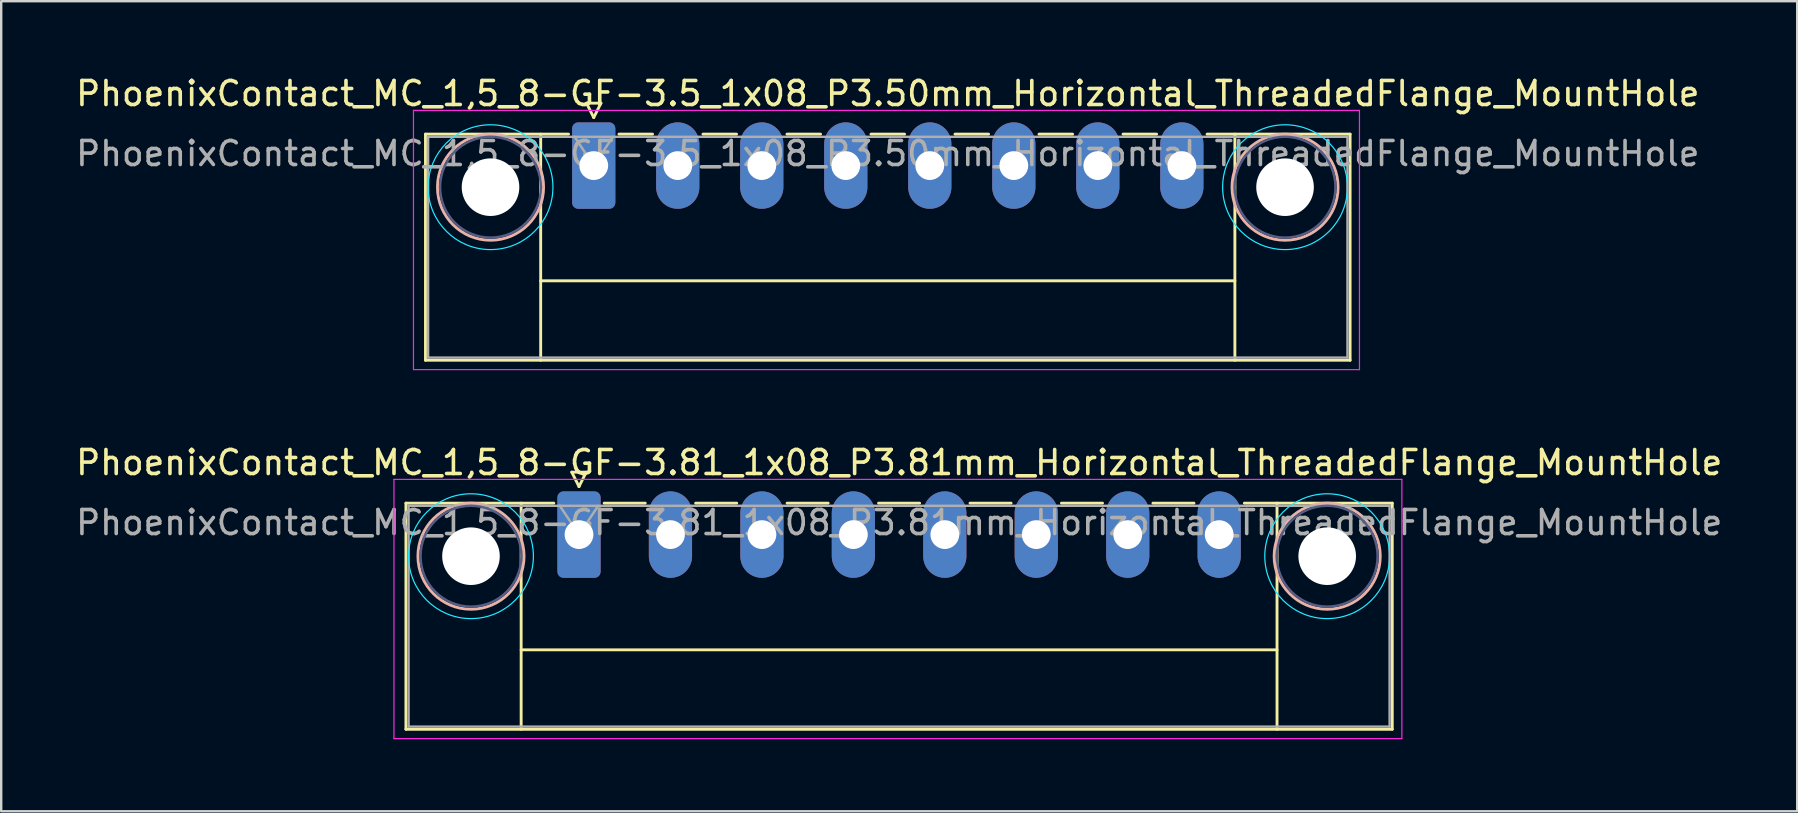
<source format=kicad_pcb>
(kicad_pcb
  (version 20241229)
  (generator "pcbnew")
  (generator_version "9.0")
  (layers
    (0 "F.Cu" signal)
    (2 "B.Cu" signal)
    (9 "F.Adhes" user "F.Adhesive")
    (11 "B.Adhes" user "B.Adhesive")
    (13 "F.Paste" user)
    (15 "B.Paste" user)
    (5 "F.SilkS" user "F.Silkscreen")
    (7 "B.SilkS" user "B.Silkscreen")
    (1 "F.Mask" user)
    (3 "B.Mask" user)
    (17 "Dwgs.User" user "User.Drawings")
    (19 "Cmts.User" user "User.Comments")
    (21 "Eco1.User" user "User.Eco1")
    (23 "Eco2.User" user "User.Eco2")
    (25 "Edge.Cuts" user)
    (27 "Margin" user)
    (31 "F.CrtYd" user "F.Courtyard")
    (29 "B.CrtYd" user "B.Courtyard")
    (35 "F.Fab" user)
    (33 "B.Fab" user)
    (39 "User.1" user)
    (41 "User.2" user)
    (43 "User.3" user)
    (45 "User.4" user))
  (footprint "PhoenixContact_MC_1,5_8-GF-3.81_1x08_P3.81mm_Horizontal_ThreadedFlange_MountHole"
    (layer "F.Cu")
    (at 21.071 19.221)
    (property "Reference" "PhoenixContact_MC_1,5_8-GF-3.81_1x08_P3.81mm_Horizontal_ThreadedFlange_MountHole" (at 13.34 -3 0) (layer "F.SilkS") (effects (font (size 1 1) (thickness 0.15))))
    (attr through_hole)
    (fp_line (start -7.21 -1.31) (end -7.21 8.11) (stroke (width 0.12) (type solid)) (layer "F.SilkS"))
    (fp_line (start -7.21 -1.31) (end -1.05 -1.31) (stroke (width 0.12) (type solid)) (layer "F.SilkS"))
    (fp_line (start -7.21 8.11) (end 33.88 8.11) (stroke (width 0.12) (type solid)) (layer "F.SilkS"))
    (fp_line (start -2.41 -1.31) (end -2.41 8.11) (stroke (width 0.12) (type solid)) (layer "F.SilkS"))
    (fp_line (start -2.41 4.8) (end 29.08 4.8) (stroke (width 0.12) (type solid)) (layer "F.SilkS"))
    (fp_line (start -0.3 -2.6) (end 0.3 -2.6) (stroke (width 0.12) (type solid)) (layer "F.SilkS"))
    (fp_line (start 0 -2) (end -0.3 -2.6) (stroke (width 0.12) (type solid)) (layer "F.SilkS"))
    (fp_line (start 0.3 -2.6) (end 0 -2) (stroke (width 0.12) (type solid)) (layer "F.SilkS"))
    (fp_line (start 1.05 -1.31) (end 2.76 -1.31) (stroke (width 0.12) (type solid)) (layer "F.SilkS"))
    (fp_line (start 4.86 -1.31) (end 6.57 -1.31) (stroke (width 0.12) (type solid)) (layer "F.SilkS"))
    (fp_line (start 8.67 -1.31) (end 10.38 -1.31) (stroke (width 0.12) (type solid)) (layer "F.SilkS"))
    (fp_line (start 12.48 -1.31) (end 14.19 -1.31) (stroke (width 0.12) (type solid)) (layer "F.SilkS"))
    (fp_line (start 16.29 -1.31) (end 18 -1.31) (stroke (width 0.12) (type solid)) (layer "F.SilkS"))
    (fp_line (start 20.1 -1.31) (end 21.81 -1.31) (stroke (width 0.12) (type solid)) (layer "F.SilkS"))
    (fp_line (start 23.91 -1.31) (end 25.62 -1.31) (stroke (width 0.12) (type solid)) (layer "F.SilkS"))
    (fp_line (start 29.08 -1.31) (end 29.08 8.11) (stroke (width 0.12) (type solid)) (layer "F.SilkS"))
    (fp_line (start 33.88 -1.31) (end 27.72 -1.31) (stroke (width 0.12) (type solid)) (layer "F.SilkS"))
    (fp_line (start 33.88 8.11) (end 33.88 -1.31) (stroke (width 0.12) (type solid)) (layer "F.SilkS"))
    (fp_circle (center -4.5 0.9) (end -2.29 0.9) (stroke (width 0.12) (type solid)) (fill no) (layer "B.SilkS"))
    (fp_circle (center 31.17 0.9) (end 33.38 0.9) (stroke (width 0.12) (type solid)) (fill no) (layer "B.SilkS"))
    (fp_circle (center -4.5 0.9) (end -1.9 0.9) (stroke (width 0.05) (type solid)) (fill no) (layer "B.CrtYd"))
    (fp_circle (center 31.17 0.9) (end 33.77 0.9) (stroke (width 0.05) (type solid)) (fill no) (layer "B.CrtYd"))
    (fp_line (start -7.71 -2.3) (end -7.71 8.5) (stroke (width 0.05) (type solid)) (layer "F.CrtYd"))
    (fp_line (start -7.71 8.5) (end 34.28 8.5) (stroke (width 0.05) (type solid)) (layer "F.CrtYd"))
    (fp_line (start 34.28 -2.3) (end -7.71 -2.3) (stroke (width 0.05) (type solid)) (layer "F.CrtYd"))
    (fp_line (start 34.28 8.5) (end 34.28 -2.3) (stroke (width 0.05) (type solid)) (layer "F.CrtYd"))
    (fp_circle (center -4.5 0.9) (end -2.4 0.9) (stroke (width 0.1) (type solid)) (fill no) (layer "B.Fab"))
    (fp_circle (center 31.17 0.9) (end 33.27 0.9) (stroke (width 0.1) (type solid)) (fill no) (layer "B.Fab"))
    (fp_line (start -7.1 -1.2) (end -7.1 8) (stroke (width 0.1) (type solid)) (layer "F.Fab"))
    (fp_line (start -7.1 8) (end 33.77 8) (stroke (width 0.1) (type solid)) (layer "F.Fab"))
    (fp_line (start 0 0) (end -0.8 -1.2) (stroke (width 0.1) (type solid)) (layer "F.Fab"))
    (fp_line (start 0.8 -1.2) (end 0 0) (stroke (width 0.1) (type solid)) (layer "F.Fab"))
    (fp_line (start 33.77 -1.2) (end -7.1 -1.2) (stroke (width 0.1) (type solid)) (layer "F.Fab"))
    (fp_line (start 33.77 8) (end 33.77 -1.2) (stroke (width 0.1) (type solid)) (layer "F.Fab"))
    (fp_text user "${REFERENCE}" (at 13.34 -0.5 0) (layer "F.Fab") (effects (font (size 1 1) (thickness 0.15))))
    (pad "" np_thru_hole circle (at -4.5 0.9) (size 2.4 2.4) (drill 2.4) (layers "*.Cu" "*.Mask"))
    (pad "" np_thru_hole circle (at 31.17 0.9) (size 2.4 2.4) (drill 2.4) (layers "*.Cu" "*.Mask"))
    (pad "1" thru_hole roundrect (at 0 0) (size 1.8 3.6) (drill 1.2) (layers "*.Cu" "*.Mask") (roundrect_rratio 0.139))
    (pad "2" thru_hole oval (at 3.81 0) (size 1.8 3.6) (drill 1.2) (layers "*.Cu" "*.Mask"))
    (pad "3" thru_hole oval (at 7.62 0) (size 1.8 3.6) (drill 1.2) (layers "*.Cu" "*.Mask"))
    (pad "4" thru_hole oval (at 11.43 0) (size 1.8 3.6) (drill 1.2) (layers "*.Cu" "*.Mask"))
    (pad "5" thru_hole oval (at 15.24 0) (size 1.8 3.6) (drill 1.2) (layers "*.Cu" "*.Mask"))
    (pad "6" thru_hole oval (at 19.05 0) (size 1.8 3.6) (drill 1.2) (layers "*.Cu" "*.Mask"))
    (pad "7" thru_hole oval (at 22.86 0) (size 1.8 3.6) (drill 1.2) (layers "*.Cu" "*.Mask"))
    (pad "8" thru_hole oval (at 26.67 0) (size 1.8 3.6) (drill 1.2) (layers "*.Cu" "*.Mask")))
  (footprint "PhoenixContact_MC_1,5_8-GF-3.5_1x08_P3.50mm_Horizontal_ThreadedFlange_MountHole"
    (layer "F.Cu")
    (at 21.685 3.848)
    (property "Reference" "PhoenixContact_MC_1,5_8-GF-3.5_1x08_P3.50mm_Horizontal_ThreadedFlange_MountHole" (at 12.25 -3 0) (layer "F.SilkS") (effects (font (size 1 1) (thickness 0.15))))
    (attr through_hole)
    (fp_line (start -7.01 -1.31) (end -7.01 8.11) (stroke (width 0.12) (type solid)) (layer "F.SilkS"))
    (fp_line (start -7.01 -1.31) (end -1.05 -1.31) (stroke (width 0.12) (type solid)) (layer "F.SilkS"))
    (fp_line (start -7.01 8.11) (end 31.51 8.11) (stroke (width 0.12) (type solid)) (layer "F.SilkS"))
    (fp_line (start -2.21 -1.31) (end -2.21 8.11) (stroke (width 0.12) (type solid)) (layer "F.SilkS"))
    (fp_line (start -2.21 4.8) (end 26.71 4.8) (stroke (width 0.12) (type solid)) (layer "F.SilkS"))
    (fp_line (start -0.3 -2.6) (end 0.3 -2.6) (stroke (width 0.12) (type solid)) (layer "F.SilkS"))
    (fp_line (start 0 -2) (end -0.3 -2.6) (stroke (width 0.12) (type solid)) (layer "F.SilkS"))
    (fp_line (start 0.3 -2.6) (end 0 -2) (stroke (width 0.12) (type solid)) (layer "F.SilkS"))
    (fp_line (start 1.05 -1.31) (end 2.45 -1.31) (stroke (width 0.12) (type solid)) (layer "F.SilkS"))
    (fp_line (start 4.55 -1.31) (end 5.95 -1.31) (stroke (width 0.12) (type solid)) (layer "F.SilkS"))
    (fp_line (start 8.05 -1.31) (end 9.45 -1.31) (stroke (width 0.12) (type solid)) (layer "F.SilkS"))
    (fp_line (start 11.55 -1.31) (end 12.95 -1.31) (stroke (width 0.12) (type solid)) (layer "F.SilkS"))
    (fp_line (start 15.05 -1.31) (end 16.45 -1.31) (stroke (width 0.12) (type solid)) (layer "F.SilkS"))
    (fp_line (start 18.55 -1.31) (end 19.95 -1.31) (stroke (width 0.12) (type solid)) (layer "F.SilkS"))
    (fp_line (start 22.05 -1.31) (end 23.45 -1.31) (stroke (width 0.12) (type solid)) (layer "F.SilkS"))
    (fp_line (start 26.71 -1.31) (end 26.71 8.11) (stroke (width 0.12) (type solid)) (layer "F.SilkS"))
    (fp_line (start 31.51 -1.31) (end 25.55 -1.31) (stroke (width 0.12) (type solid)) (layer "F.SilkS"))
    (fp_line (start 31.51 8.11) (end 31.51 -1.31) (stroke (width 0.12) (type solid)) (layer "F.SilkS"))
    (fp_circle (center -4.3 0.9) (end -2.09 0.9) (stroke (width 0.12) (type solid)) (fill no) (layer "B.SilkS"))
    (fp_circle (center 28.8 0.9) (end 31.01 0.9) (stroke (width 0.12) (type solid)) (fill no) (layer "B.SilkS"))
    (fp_circle (center -4.3 0.9) (end -1.7 0.9) (stroke (width 0.05) (type solid)) (fill no) (layer "B.CrtYd"))
    (fp_circle (center 28.8 0.9) (end 31.4 0.9) (stroke (width 0.05) (type solid)) (fill no) (layer "B.CrtYd"))
    (fp_line (start -7.51 -2.3) (end -7.51 8.5) (stroke (width 0.05) (type solid)) (layer "F.CrtYd"))
    (fp_line (start -7.51 8.5) (end 31.9 8.5) (stroke (width 0.05) (type solid)) (layer "F.CrtYd"))
    (fp_line (start 31.9 -2.3) (end -7.51 -2.3) (stroke (width 0.05) (type solid)) (layer "F.CrtYd"))
    (fp_line (start 31.9 8.5) (end 31.9 -2.3) (stroke (width 0.05) (type solid)) (layer "F.CrtYd"))
    (fp_circle (center -4.3 0.9) (end -2.2 0.9) (stroke (width 0.1) (type solid)) (fill no) (layer "B.Fab"))
    (fp_circle (center 28.8 0.9) (end 30.9 0.9) (stroke (width 0.1) (type solid)) (fill no) (layer "B.Fab"))
    (fp_line (start -6.9 -1.2) (end -6.9 8) (stroke (width 0.1) (type solid)) (layer "F.Fab"))
    (fp_line (start -6.9 8) (end 31.4 8) (stroke (width 0.1) (type solid)) (layer "F.Fab"))
    (fp_line (start 0 0) (end -0.8 -1.2) (stroke (width 0.1) (type solid)) (layer "F.Fab"))
    (fp_line (start 0.8 -1.2) (end 0 0) (stroke (width 0.1) (type solid)) (layer "F.Fab"))
    (fp_line (start 31.4 -1.2) (end -6.9 -1.2) (stroke (width 0.1) (type solid)) (layer "F.Fab"))
    (fp_line (start 31.4 8) (end 31.4 -1.2) (stroke (width 0.1) (type solid)) (layer "F.Fab"))
    (fp_text user "${REFERENCE}" (at 12.25 -0.5 0) (layer "F.Fab") (effects (font (size 1 1) (thickness 0.15))))
    (pad "" np_thru_hole circle (at -4.3 0.9) (size 2.4 2.4) (drill 2.4) (layers "*.Cu" "*.Mask"))
    (pad "" np_thru_hole circle (at 28.8 0.9) (size 2.4 2.4) (drill 2.4) (layers "*.Cu" "*.Mask"))
    (pad "1" thru_hole roundrect (at 0 0) (size 1.8 3.6) (drill 1.2) (layers "*.Cu" "*.Mask") (roundrect_rratio 0.139))
    (pad "2" thru_hole oval (at 3.5 0) (size 1.8 3.6) (drill 1.2) (layers "*.Cu" "*.Mask"))
    (pad "3" thru_hole oval (at 7 0) (size 1.8 3.6) (drill 1.2) (layers "*.Cu" "*.Mask"))
    (pad "4" thru_hole oval (at 10.5 0) (size 1.8 3.6) (drill 1.2) (layers "*.Cu" "*.Mask"))
    (pad "5" thru_hole oval (at 14 0) (size 1.8 3.6) (drill 1.2) (layers "*.Cu" "*.Mask"))
    (pad "6" thru_hole oval (at 17.5 0) (size 1.8 3.6) (drill 1.2) (layers "*.Cu" "*.Mask"))
    (pad "7" thru_hole oval (at 21 0) (size 1.8 3.6) (drill 1.2) (layers "*.Cu" "*.Mask"))
    (pad "8" thru_hole oval (at 24.5 0) (size 1.8 3.6) (drill 1.2) (layers "*.Cu" "*.Mask")))
  (gr_rect
    (start -3 -3)
    (end 71.821 30.747)
    (stroke (width 0.1) (type default))
    (fill no)
    (layer "Edge.Cuts")))
</source>
